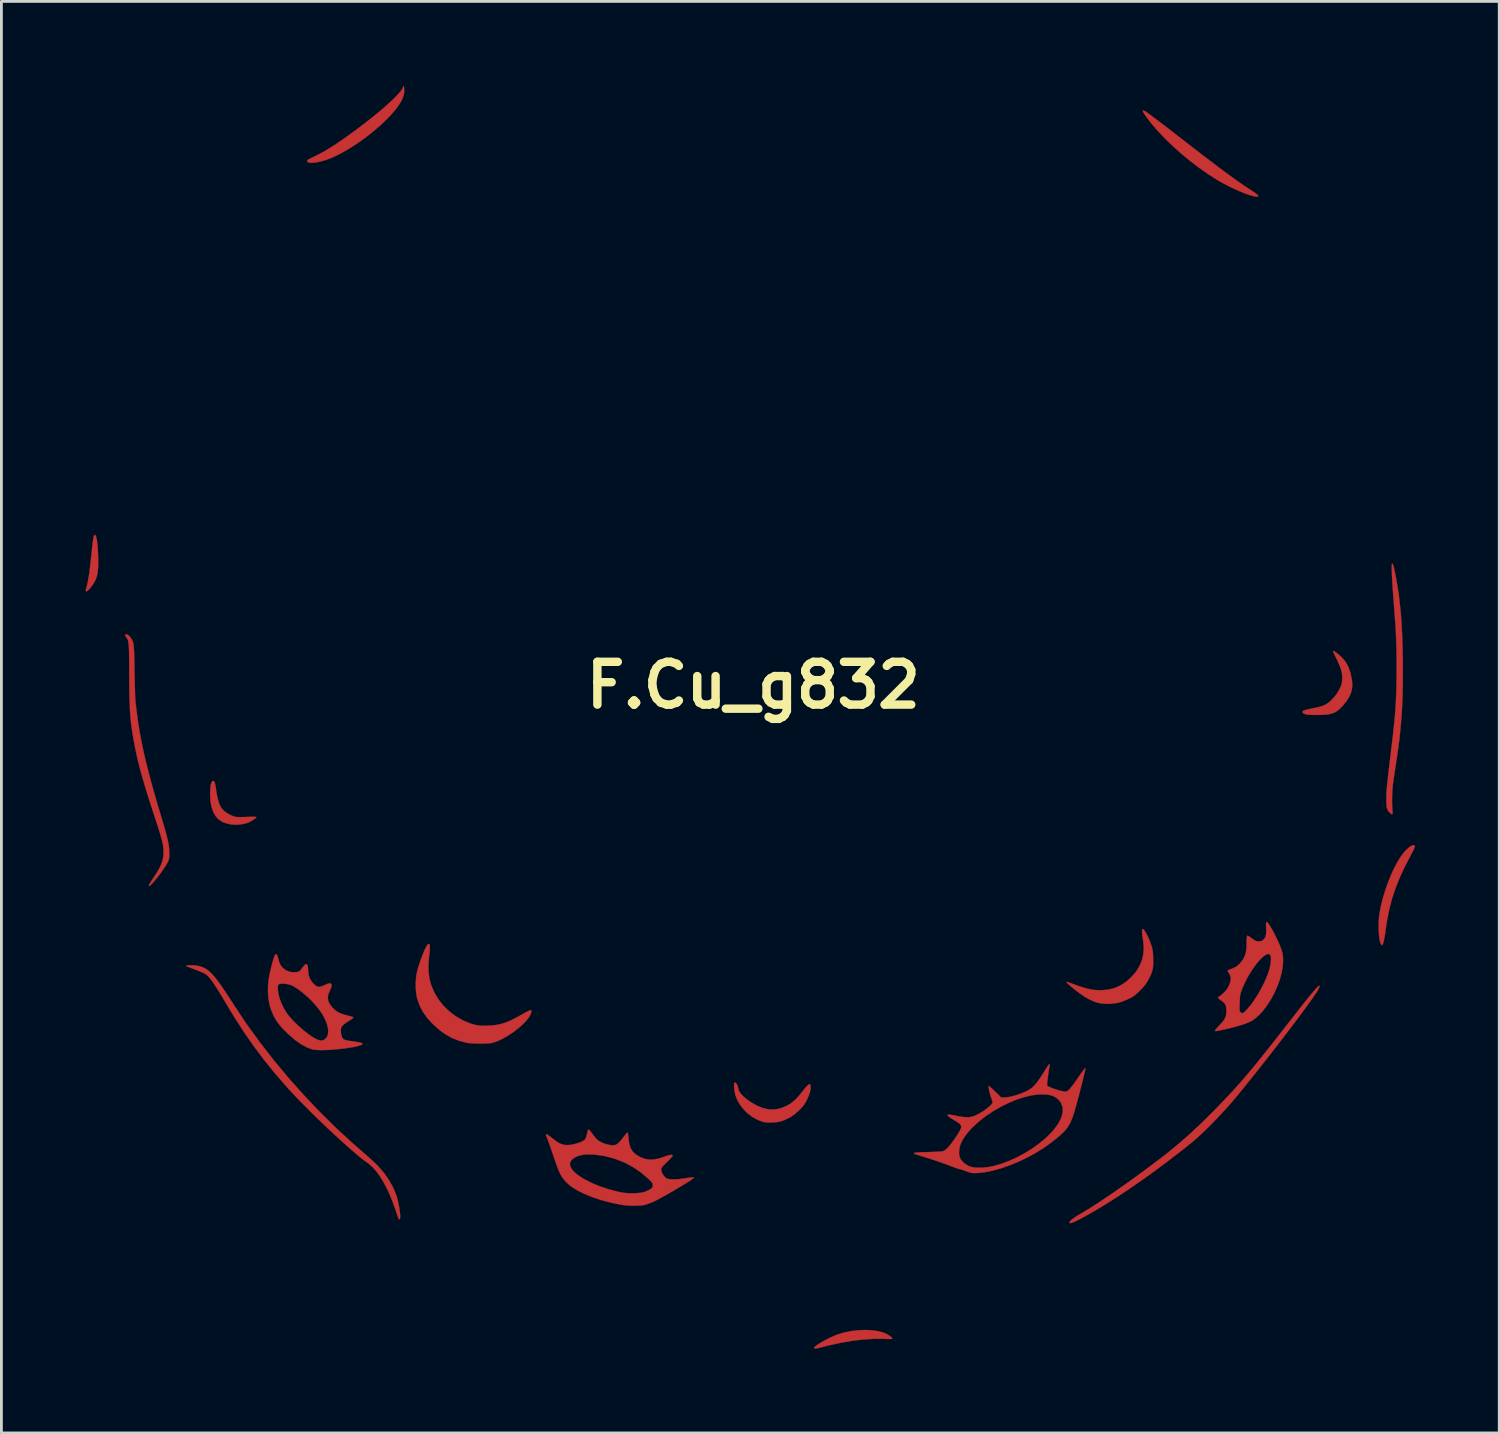
<source format=kicad_pcb>
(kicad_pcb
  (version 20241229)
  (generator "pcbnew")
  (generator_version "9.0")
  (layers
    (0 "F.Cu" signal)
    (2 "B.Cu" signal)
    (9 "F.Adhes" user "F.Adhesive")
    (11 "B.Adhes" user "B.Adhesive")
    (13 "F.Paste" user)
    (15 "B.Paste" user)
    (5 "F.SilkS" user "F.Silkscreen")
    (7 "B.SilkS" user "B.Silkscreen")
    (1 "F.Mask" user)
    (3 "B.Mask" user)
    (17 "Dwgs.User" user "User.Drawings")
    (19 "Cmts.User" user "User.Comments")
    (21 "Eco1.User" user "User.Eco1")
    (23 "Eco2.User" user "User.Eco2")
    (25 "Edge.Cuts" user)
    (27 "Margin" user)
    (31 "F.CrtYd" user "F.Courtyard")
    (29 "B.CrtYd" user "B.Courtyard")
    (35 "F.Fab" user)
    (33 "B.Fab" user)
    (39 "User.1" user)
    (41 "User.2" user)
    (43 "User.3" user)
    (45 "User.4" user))
  (footprint "F.Cu_g832"
    (layer "F.Cu")
    (at 23.775 21.352)
    (property "Reference" "F.Cu_g832" (at 0 0 0) (layer "F.SilkS") (effects (font (size 1.524 1.524) (thickness 0.3))))
    (attr through_hole)
    (fp_poly (pts (xy 4.216 22.969) (xy 4.433 22.999) (xy 4.625 23.049) (xy 4.71 23.082) (xy 4.786 23.121) (xy 4.858 23.168) (xy 4.915 23.214) (xy 4.948 23.253) (xy 4.953 23.267) (xy 4.935 23.277) (xy 4.882 23.281) (xy 4.79 23.281) (xy 4.657 23.276) (xy 4.651 23.276) (xy 4.308 23.274) (xy 3.937 23.296) (xy 3.543 23.342) (xy 3.132 23.411) (xy 2.71 23.503) (xy 2.485 23.56) (xy 2.356 23.593) (xy 2.263 23.613) (xy 2.202 23.62) (xy 2.17 23.616) (xy 2.163 23.599) (xy 2.164 23.596) (xy 2.191 23.56) (xy 2.251 23.511) (xy 2.337 23.453) (xy 2.443 23.389) (xy 2.562 23.322) (xy 2.688 23.257) (xy 2.815 23.197) (xy 2.936 23.145) (xy 3.01 23.117) (xy 3.241 23.049) (xy 3.485 22.999) (xy 3.734 22.97) (xy 3.98 22.959) (xy 4.216 22.969)) (stroke (width 0.01) (type solid)) (fill yes) (layer "F.Cu"))
    (fp_poly (pts (xy -23.422 -5.334) (xy -23.397 -5.272) (xy -23.375 -5.17) (xy -23.357 -5.03) (xy -23.343 -4.852) (xy -23.333 -4.637) (xy -23.332 -4.614) (xy -23.328 -4.406) (xy -23.33 -4.232) (xy -23.34 -4.088) (xy -23.357 -3.966) (xy -23.383 -3.859) (xy -23.419 -3.762) (xy -23.442 -3.712) (xy -23.486 -3.633) (xy -23.542 -3.551) (xy -23.602 -3.473) (xy -23.66 -3.407) (xy -23.71 -3.362) (xy -23.745 -3.344) (xy -23.745 -3.344) (xy -23.766 -3.362) (xy -23.77 -3.384) (xy -23.763 -3.429) (xy -23.746 -3.491) (xy -23.74 -3.51) (xy -23.716 -3.595) (xy -23.69 -3.72) (xy -23.663 -3.88) (xy -23.636 -4.073) (xy -23.608 -4.295) (xy -23.581 -4.543) (xy -23.569 -4.655) (xy -23.549 -4.854) (xy -23.531 -5.014) (xy -23.515 -5.139) (xy -23.5 -5.232) (xy -23.486 -5.297) (xy -23.472 -5.336) (xy -23.458 -5.353) (xy -23.451 -5.355) (xy -23.422 -5.334)) (stroke (width 0.01) (type solid)) (fill yes) (layer "F.Cu"))
    (fp_poly (pts (xy 23.54 5.698) (xy 23.558 5.732) (xy 23.558 5.741) (xy 23.549 5.777) (xy 23.521 5.841) (xy 23.481 5.925) (xy 23.431 6.02) (xy 23.419 6.043) (xy 23.204 6.453) (xy 23.022 6.846) (xy 22.869 7.231) (xy 22.743 7.613) (xy 22.643 8.002) (xy 22.564 8.403) (xy 22.521 8.69) (xy 22.494 8.88) (xy 22.468 9.033) (xy 22.442 9.149) (xy 22.417 9.225) (xy 22.394 9.261) (xy 22.394 9.261) (xy 22.373 9.252) (xy 22.348 9.214) (xy 22.34 9.197) (xy 22.312 9.103) (xy 22.291 8.977) (xy 22.276 8.826) (xy 22.269 8.66) (xy 22.27 8.488) (xy 22.278 8.32) (xy 22.295 8.163) (xy 22.3 8.128) (xy 22.351 7.862) (xy 22.419 7.588) (xy 22.502 7.312) (xy 22.596 7.041) (xy 22.7 6.779) (xy 22.812 6.535) (xy 22.928 6.313) (xy 23.046 6.119) (xy 23.163 5.96) (xy 23.193 5.925) (xy 23.283 5.834) (xy 23.366 5.763) (xy 23.44 5.716) (xy 23.499 5.693) (xy 23.54 5.698)) (stroke (width 0.01) (type solid)) (fill yes) (layer "F.Cu"))
    (fp_poly (pts (xy 13.933 -20.453) (xy 13.972 -20.43) (xy 14.043 -20.38) (xy 14.148 -20.304) (xy 14.285 -20.201) (xy 14.455 -20.072) (xy 14.659 -19.916) (xy 14.895 -19.734) (xy 15.164 -19.526) (xy 15.325 -19.401) (xy 15.667 -19.136) (xy 15.978 -18.896) (xy 16.262 -18.679) (xy 16.52 -18.484) (xy 16.754 -18.309) (xy 16.968 -18.151) (xy 17.163 -18.011) (xy 17.342 -17.885) (xy 17.507 -17.772) (xy 17.66 -17.67) (xy 17.764 -17.603) (xy 17.876 -17.528) (xy 17.95 -17.47) (xy 17.985 -17.43) (xy 17.981 -17.406) (xy 17.938 -17.399) (xy 17.857 -17.409) (xy 17.769 -17.428) (xy 17.638 -17.467) (xy 17.479 -17.525) (xy 17.301 -17.599) (xy 17.111 -17.685) (xy 16.917 -17.779) (xy 16.727 -17.878) (xy 16.549 -17.978) (xy 16.508 -18.003) (xy 16.187 -18.208) (xy 15.866 -18.434) (xy 15.548 -18.677) (xy 15.24 -18.932) (xy 14.945 -19.195) (xy 14.668 -19.462) (xy 14.415 -19.729) (xy 14.189 -19.991) (xy 13.995 -20.244) (xy 13.917 -20.357) (xy 13.88 -20.423) (xy 13.874 -20.459) (xy 13.898 -20.465) (xy 13.933 -20.453)) (stroke (width 0.01) (type solid)) (fill yes) (layer "F.Cu"))
    (fp_poly (pts (xy -12.435 -21.266) (xy -12.427 -21.141) (xy -12.45 -21.009) (xy -12.507 -20.86) (xy -12.514 -20.845) (xy -12.605 -20.685) (xy -12.73 -20.512) (xy -12.886 -20.33) (xy -13.068 -20.14) (xy -13.271 -19.948) (xy -13.492 -19.757) (xy -13.726 -19.569) (xy -13.969 -19.389) (xy -14.217 -19.22) (xy -14.465 -19.065) (xy -14.709 -18.929) (xy -14.945 -18.813) (xy -15.06 -18.764) (xy -15.21 -18.709) (xy -15.358 -18.665) (xy -15.499 -18.632) (xy -15.627 -18.611) (xy -15.736 -18.603) (xy -15.819 -18.61) (xy -15.869 -18.631) (xy -15.874 -18.636) (xy -15.889 -18.673) (xy -15.885 -18.692) (xy -15.86 -18.71) (xy -15.806 -18.741) (xy -15.73 -18.78) (xy -15.655 -18.816) (xy -15.478 -18.903) (xy -15.299 -19) (xy -15.114 -19.109) (xy -14.917 -19.233) (xy -14.705 -19.375) (xy -14.473 -19.538) (xy -14.215 -19.726) (xy -14.097 -19.813) (xy -13.848 -20.003) (xy -13.611 -20.188) (xy -13.39 -20.367) (xy -13.188 -20.538) (xy -13.005 -20.698) (xy -12.846 -20.846) (xy -12.713 -20.978) (xy -12.607 -21.093) (xy -12.532 -21.188) (xy -12.494 -21.251) (xy -12.45 -21.347) (xy -12.435 -21.266)) (stroke (width 0.01) (type solid)) (fill yes) (layer "F.Cu"))
    (fp_poly (pts (xy -19.206 3.416) (xy -19.187 3.443) (xy -19.169 3.495) (xy -19.152 3.577) (xy -19.134 3.693) (xy -19.124 3.768) (xy -19.084 3.998) (xy -19.03 4.188) (xy -18.961 4.338) (xy -18.934 4.381) (xy -18.855 4.468) (xy -18.746 4.552) (xy -18.619 4.623) (xy -18.531 4.659) (xy -18.481 4.676) (xy -18.434 4.687) (xy -18.383 4.694) (xy -18.318 4.697) (xy -18.231 4.696) (xy -18.114 4.693) (xy -18.05 4.69) (xy -17.903 4.686) (xy -17.796 4.685) (xy -17.728 4.688) (xy -17.698 4.695) (xy -17.695 4.699) (xy -17.713 4.723) (xy -17.759 4.76) (xy -17.823 4.803) (xy -17.896 4.846) (xy -17.968 4.884) (xy -18.03 4.909) (xy -18.043 4.913) (xy -18.218 4.95) (xy -18.397 4.966) (xy -18.56 4.962) (xy -18.574 4.96) (xy -18.724 4.93) (xy -18.872 4.88) (xy -18.924 4.856) (xy -19.051 4.77) (xy -19.155 4.649) (xy -19.238 4.496) (xy -19.298 4.312) (xy -19.333 4.1) (xy -19.343 3.862) (xy -19.342 3.81) (xy -19.333 3.653) (xy -19.316 3.535) (xy -19.29 3.456) (xy -19.256 3.415) (xy -19.229 3.408) (xy -19.206 3.416)) (stroke (width 0.01) (type solid)) (fill yes) (layer "F.Cu"))
    (fp_poly (pts (xy -0.636 14.153) (xy -0.617 14.168) (xy -0.578 14.226) (xy -0.542 14.325) (xy -0.519 14.422) (xy -0.49 14.483) (xy -0.432 14.56) (xy -0.348 14.645) (xy -0.246 14.733) (xy -0.131 14.818) (xy -0.095 14.842) (xy 0.125 14.969) (xy 0.335 15.056) (xy 0.537 15.103) (xy 0.732 15.111) (xy 0.923 15.08) (xy 0.984 15.061) (xy 1.176 14.984) (xy 1.343 14.886) (xy 1.495 14.761) (xy 1.641 14.603) (xy 1.689 14.542) (xy 1.793 14.411) (xy 1.878 14.31) (xy 1.944 14.242) (xy 1.989 14.207) (xy 2.003 14.203) (xy 2.026 14.221) (xy 2.041 14.261) (xy 2.045 14.353) (xy 2.022 14.471) (xy 1.976 14.61) (xy 1.912 14.753) (xy 1.86 14.854) (xy 1.808 14.936) (xy 1.748 15.013) (xy 1.669 15.098) (xy 1.632 15.135) (xy 1.467 15.281) (xy 1.296 15.395) (xy 1.105 15.486) (xy 1.021 15.518) (xy 0.913 15.546) (xy 0.781 15.564) (xy 0.639 15.572) (xy 0.501 15.57) (xy 0.383 15.556) (xy 0.342 15.547) (xy 0.148 15.473) (xy -0.043 15.365) (xy -0.218 15.23) (xy -0.274 15.177) (xy -0.436 14.991) (xy -0.558 14.796) (xy -0.639 14.594) (xy -0.679 14.386) (xy -0.683 14.322) (xy -0.684 14.226) (xy -0.677 14.169) (xy -0.662 14.146) (xy -0.636 14.153)) (stroke (width 0.01) (type solid)) (fill yes) (layer "F.Cu"))
    (fp_poly (pts (xy 20.671 -1.219) (xy 20.719 -1.191) (xy 20.785 -1.142) (xy 20.862 -1.079) (xy 20.944 -1.005) (xy 20.966 -0.984) (xy 21.091 -0.835) (xy 21.191 -0.653) (xy 21.266 -0.441) (xy 21.315 -0.204) (xy 21.328 -0.088) (xy 21.327 0.081) (xy 21.295 0.242) (xy 21.229 0.402) (xy 21.127 0.564) (xy 20.988 0.734) (xy 20.959 0.764) (xy 20.87 0.854) (xy 20.782 0.923) (xy 20.69 0.976) (xy 20.586 1.013) (xy 20.464 1.038) (xy 20.317 1.052) (xy 20.137 1.057) (xy 20.046 1.057) (xy 19.903 1.056) (xy 19.796 1.051) (xy 19.718 1.043) (xy 19.662 1.032) (xy 19.637 1.023) (xy 19.578 0.988) (xy 19.558 0.951) (xy 19.566 0.929) (xy 19.594 0.909) (xy 19.646 0.888) (xy 19.727 0.865) (xy 19.84 0.839) (xy 19.989 0.809) (xy 20.012 0.804) (xy 20.178 0.766) (xy 20.312 0.721) (xy 20.425 0.662) (xy 20.525 0.587) (xy 20.584 0.531) (xy 20.68 0.429) (xy 20.754 0.338) (xy 20.817 0.243) (xy 20.88 0.128) (xy 20.886 0.116) (xy 20.925 0.036) (xy 20.949 -0.031) (xy 20.963 -0.103) (xy 20.97 -0.195) (xy 20.972 -0.222) (xy 20.972 -0.332) (xy 20.961 -0.438) (xy 20.935 -0.548) (xy 20.894 -0.669) (xy 20.834 -0.809) (xy 20.753 -0.976) (xy 20.709 -1.066) (xy 20.674 -1.143) (xy 20.652 -1.197) (xy 20.646 -1.222) (xy 20.646 -1.222) (xy 20.671 -1.219)) (stroke (width 0.01) (type solid)) (fill yes) (layer "F.Cu"))
    (fp_poly (pts (xy 13.908 8.705) (xy 13.948 8.761) (xy 13.995 8.842) (xy 14.046 8.942) (xy 14.096 9.053) (xy 14.142 9.168) (xy 14.163 9.229) (xy 14.192 9.316) (xy 14.211 9.39) (xy 14.224 9.464) (xy 14.233 9.55) (xy 14.238 9.659) (xy 14.241 9.729) (xy 14.243 9.884) (xy 14.238 10.009) (xy 14.222 10.116) (xy 14.193 10.218) (xy 14.148 10.327) (xy 14.085 10.456) (xy 14.079 10.467) (xy 14.026 10.563) (xy 13.969 10.648) (xy 13.9 10.733) (xy 13.81 10.829) (xy 13.78 10.86) (xy 13.688 10.951) (xy 13.613 11.018) (xy 13.543 11.07) (xy 13.468 11.116) (xy 13.377 11.162) (xy 13.27 11.211) (xy 13.155 11.256) (xy 13.048 11.292) (xy 13.009 11.303) (xy 12.864 11.33) (xy 12.702 11.343) (xy 12.537 11.343) (xy 12.384 11.33) (xy 12.266 11.306) (xy 12.118 11.256) (xy 11.971 11.189) (xy 11.817 11.103) (xy 11.652 10.992) (xy 11.469 10.855) (xy 11.361 10.768) (xy 11.261 10.684) (xy 11.194 10.623) (xy 11.159 10.584) (xy 11.154 10.565) (xy 11.164 10.562) (xy 11.186 10.569) (xy 11.24 10.587) (xy 11.317 10.615) (xy 11.411 10.648) (xy 11.412 10.649) (xy 11.601 10.715) (xy 11.758 10.766) (xy 11.892 10.805) (xy 12.011 10.831) (xy 12.122 10.848) (xy 12.235 10.857) (xy 12.356 10.86) (xy 12.379 10.86) (xy 12.628 10.842) (xy 12.859 10.786) (xy 13.073 10.693) (xy 13.275 10.561) (xy 13.452 10.404) (xy 13.623 10.209) (xy 13.753 10.003) (xy 13.843 9.786) (xy 13.893 9.555) (xy 13.904 9.309) (xy 13.876 9.047) (xy 13.875 9.038) (xy 13.852 8.891) (xy 13.843 8.783) (xy 13.848 8.714) (xy 13.866 8.683) (xy 13.879 8.682) (xy 13.908 8.705)) (stroke (width 0.01) (type solid)) (fill yes) (layer "F.Cu"))
    (fp_poly (pts (xy -11.537 9.214) (xy -11.523 9.243) (xy -11.517 9.3) (xy -11.519 9.389) (xy -11.528 9.513) (xy -11.545 9.675) (xy -11.55 9.716) (xy -11.569 9.983) (xy -11.564 10.225) (xy -11.531 10.452) (xy -11.472 10.673) (xy -11.47 10.679) (xy -11.361 10.938) (xy -11.216 11.183) (xy -11.038 11.408) (xy -10.831 11.61) (xy -10.6 11.786) (xy -10.349 11.931) (xy -10.081 12.043) (xy -9.921 12.09) (xy -9.842 12.108) (xy -9.769 12.12) (xy -9.691 12.126) (xy -9.595 12.127) (xy -9.47 12.123) (xy -9.452 12.123) (xy -9.285 12.113) (xy -9.133 12.094) (xy -8.989 12.065) (xy -8.847 12.022) (xy -8.697 11.963) (xy -8.534 11.886) (xy -8.35 11.788) (xy -8.2 11.703) (xy -8.104 11.65) (xy -8.021 11.607) (xy -7.957 11.579) (xy -7.92 11.567) (xy -7.915 11.568) (xy -7.899 11.601) (xy -7.908 11.66) (xy -7.939 11.737) (xy -7.99 11.826) (xy -7.991 11.827) (xy -8.088 11.951) (xy -8.214 12.081) (xy -8.364 12.212) (xy -8.528 12.339) (xy -8.701 12.456) (xy -8.876 12.561) (xy -9.045 12.646) (xy -9.201 12.708) (xy -9.335 12.742) (xy -9.436 12.753) (xy -9.566 12.759) (xy -9.712 12.761) (xy -9.861 12.759) (xy -10.003 12.753) (xy -10.126 12.743) (xy -10.21 12.731) (xy -10.49 12.657) (xy -10.749 12.552) (xy -10.993 12.41) (xy -11.17 12.28) (xy -11.408 12.069) (xy -11.605 11.854) (xy -11.763 11.632) (xy -11.884 11.4) (xy -11.968 11.158) (xy -11.979 11.113) (xy -12.008 10.945) (xy -12.021 10.754) (xy -12.019 10.554) (xy -12.002 10.363) (xy -11.989 10.284) (xy -11.963 10.165) (xy -11.926 10.031) (xy -11.881 9.888) (xy -11.831 9.743) (xy -11.778 9.603) (xy -11.726 9.475) (xy -11.676 9.367) (xy -11.632 9.284) (xy -11.595 9.235) (xy -11.591 9.23) (xy -11.56 9.211) (xy -11.537 9.214)) (stroke (width 0.01) (type solid)) (fill yes) (layer "F.Cu"))
    (fp_poly (pts (xy 22.764 -4.325) (xy 22.778 -4.304) (xy 22.794 -4.258) (xy 22.814 -4.183) (xy 22.838 -4.074) (xy 22.867 -3.929) (xy 22.872 -3.905) (xy 22.931 -3.578) (xy 22.982 -3.248) (xy 23.024 -2.908) (xy 23.059 -2.554) (xy 23.086 -2.18) (xy 23.107 -1.78) (xy 23.121 -1.349) (xy 23.129 -0.953) (xy 23.132 -0.476) (xy 23.13 -0.034) (xy 23.121 0.381) (xy 23.105 0.777) (xy 23.081 1.16) (xy 23.048 1.538) (xy 23.008 1.919) (xy 22.958 2.311) (xy 22.898 2.719) (xy 22.881 2.826) (xy 22.857 2.984) (xy 22.833 3.14) (xy 22.812 3.285) (xy 22.793 3.411) (xy 22.78 3.51) (xy 22.774 3.552) (xy 22.763 3.677) (xy 22.754 3.824) (xy 22.749 3.98) (xy 22.747 4.135) (xy 22.75 4.278) (xy 22.756 4.398) (xy 22.762 4.461) (xy 22.77 4.543) (xy 22.762 4.587) (xy 22.736 4.592) (xy 22.691 4.561) (xy 22.652 4.523) (xy 22.611 4.475) (xy 22.582 4.422) (xy 22.562 4.358) (xy 22.55 4.274) (xy 22.544 4.162) (xy 22.543 4.032) (xy 22.543 3.968) (xy 22.545 3.901) (xy 22.549 3.828) (xy 22.554 3.745) (xy 22.562 3.65) (xy 22.573 3.538) (xy 22.587 3.405) (xy 22.604 3.25) (xy 22.625 3.068) (xy 22.65 2.856) (xy 22.679 2.61) (xy 22.713 2.327) (xy 22.731 2.18) (xy 22.773 1.827) (xy 22.808 1.508) (xy 22.837 1.215) (xy 22.861 0.939) (xy 22.879 0.674) (xy 22.892 0.412) (xy 22.902 0.144) (xy 22.907 -0.138) (xy 22.91 -0.441) (xy 22.91 -0.603) (xy 22.91 -0.841) (xy 22.908 -1.055) (xy 22.905 -1.254) (xy 22.901 -1.442) (xy 22.894 -1.628) (xy 22.886 -1.818) (xy 22.875 -2.018) (xy 22.861 -2.236) (xy 22.844 -2.477) (xy 22.823 -2.749) (xy 22.807 -2.964) (xy 22.784 -3.27) (xy 22.765 -3.538) (xy 22.751 -3.769) (xy 22.742 -3.96) (xy 22.737 -4.112) (xy 22.736 -4.225) (xy 22.741 -4.296) (xy 22.749 -4.326) (xy 22.75 -4.326) (xy 22.764 -4.325)) (stroke (width 0.01) (type solid)) (fill yes) (layer "F.Cu"))
    (fp_poly (pts (xy 20.165 10.703) (xy 20.162 10.736) (xy 20.143 10.789) (xy 20.133 10.809) (xy 20.092 10.881) (xy 20.026 10.983) (xy 19.937 11.112) (xy 19.828 11.266) (xy 19.7 11.443) (xy 19.556 11.64) (xy 19.397 11.854) (xy 19.225 12.082) (xy 19.043 12.322) (xy 18.853 12.571) (xy 18.656 12.827) (xy 18.454 13.086) (xy 18.25 13.348) (xy 18.046 13.607) (xy 17.843 13.863) (xy 17.643 14.112) (xy 17.449 14.352) (xy 17.263 14.58) (xy 17.138 14.732) (xy 16.996 14.898) (xy 16.836 15.078) (xy 16.663 15.265) (xy 16.484 15.454) (xy 16.303 15.64) (xy 16.126 15.816) (xy 15.958 15.978) (xy 15.804 16.119) (xy 15.671 16.235) (xy 15.642 16.259) (xy 15.202 16.61) (xy 14.756 16.953) (xy 14.31 17.286) (xy 13.867 17.604) (xy 13.431 17.906) (xy 13.006 18.19) (xy 12.596 18.452) (xy 12.204 18.689) (xy 11.835 18.9) (xy 11.629 19.011) (xy 11.497 19.078) (xy 11.398 19.123) (xy 11.328 19.148) (xy 11.284 19.153) (xy 11.263 19.14) (xy 11.261 19.125) (xy 11.28 19.087) (xy 11.336 19.034) (xy 11.427 18.966) (xy 11.551 18.885) (xy 11.705 18.794) (xy 11.865 18.699) (xy 12.054 18.581) (xy 12.268 18.443) (xy 12.501 18.287) (xy 12.751 18.118) (xy 13.012 17.937) (xy 13.281 17.748) (xy 13.552 17.554) (xy 13.822 17.358) (xy 14.087 17.162) (xy 14.341 16.971) (xy 14.582 16.787) (xy 14.732 16.67) (xy 15.135 16.34) (xy 15.545 15.98) (xy 15.965 15.588) (xy 16.396 15.161) (xy 16.841 14.699) (xy 17.115 14.404) (xy 17.256 14.248) (xy 17.403 14.081) (xy 17.558 13.901) (xy 17.723 13.704) (xy 17.901 13.489) (xy 18.093 13.252) (xy 18.302 12.99) (xy 18.529 12.702) (xy 18.778 12.384) (xy 18.969 12.139) (xy 19.181 11.867) (xy 19.368 11.628) (xy 19.532 11.419) (xy 19.675 11.24) (xy 19.796 11.089) (xy 19.898 10.965) (xy 19.982 10.867) (xy 20.049 10.792) (xy 20.099 10.74) (xy 20.135 10.709) (xy 20.156 10.698) (xy 20.165 10.703)) (stroke (width 0.01) (type solid)) (fill yes) (layer "F.Cu"))
    (fp_poly (pts (xy -19.961 9.973) (xy -19.87 9.98) (xy -19.787 9.992) (xy -19.737 10.002) (xy -19.65 10.028) (xy -19.569 10.06) (xy -19.491 10.102) (xy -19.413 10.156) (xy -19.334 10.224) (xy -19.25 10.31) (xy -19.16 10.415) (xy -19.061 10.544) (xy -18.951 10.697) (xy -18.827 10.878) (xy -18.687 11.09) (xy -18.529 11.334) (xy -18.479 11.413) (xy -18.05 12.056) (xy -17.584 12.7) (xy -17.086 13.341) (xy -16.559 13.974) (xy -16.008 14.593) (xy -15.438 15.193) (xy -14.854 15.77) (xy -14.259 16.317) (xy -13.998 16.544) (xy -13.872 16.654) (xy -13.745 16.766) (xy -13.625 16.873) (xy -13.519 16.971) (xy -13.434 17.051) (xy -13.391 17.093) (xy -13.175 17.337) (xy -12.987 17.599) (xy -12.833 17.873) (xy -12.716 18.152) (xy -12.702 18.193) (xy -12.669 18.311) (xy -12.637 18.449) (xy -12.609 18.596) (xy -12.588 18.736) (xy -12.575 18.858) (xy -12.573 18.919) (xy -12.579 18.981) (xy -12.594 19.017) (xy -12.614 19.021) (xy -12.625 19.009) (xy -12.636 18.983) (xy -12.657 18.923) (xy -12.688 18.837) (xy -12.724 18.731) (xy -12.765 18.611) (xy -12.877 18.304) (xy -13 18.019) (xy -13.13 17.759) (xy -13.267 17.528) (xy -13.408 17.329) (xy -13.551 17.164) (xy -13.695 17.038) (xy -13.734 17.01) (xy -13.842 16.933) (xy -13.977 16.828) (xy -14.133 16.698) (xy -14.309 16.547) (xy -14.5 16.378) (xy -14.704 16.195) (xy -14.917 15.999) (xy -15.135 15.794) (xy -15.356 15.584) (xy -15.576 15.372) (xy -15.791 15.161) (xy -15.998 14.953) (xy -16.194 14.752) (xy -16.376 14.562) (xy -16.54 14.385) (xy -16.619 14.298) (xy -17.039 13.812) (xy -17.427 13.332) (xy -17.789 12.849) (xy -18.134 12.354) (xy -18.468 11.836) (xy -18.689 11.472) (xy -18.829 11.237) (xy -18.951 11.035) (xy -19.055 10.865) (xy -19.146 10.722) (xy -19.224 10.605) (xy -19.291 10.509) (xy -19.351 10.433) (xy -19.404 10.373) (xy -19.453 10.326) (xy -19.501 10.289) (xy -19.548 10.26) (xy -19.564 10.252) (xy -19.61 10.231) (xy -19.682 10.201) (xy -19.772 10.165) (xy -19.87 10.126) (xy -19.967 10.089) (xy -20.057 10.055) (xy -20.129 10.029) (xy -20.175 10.014) (xy -20.186 10.012) (xy -20.193 9.995) (xy -20.193 9.991) (xy -20.174 9.979) (xy -20.122 9.972) (xy -20.048 9.97) (xy -19.961 9.973)) (stroke (width 0.01) (type solid)) (fill yes) (layer "F.Cu"))
    (fp_poly (pts (xy -22.304 -1.81) (xy -22.242 -1.774) (xy -22.18 -1.707) (xy -22.125 -1.619) (xy -22.087 -1.529) (xy -22.078 -1.495) (xy -22.07 -1.453) (xy -22.063 -1.401) (xy -22.058 -1.333) (xy -22.053 -1.247) (xy -22.048 -1.137) (xy -22.044 -1) (xy -22.04 -0.831) (xy -22.036 -0.627) (xy -22.034 -0.476) (xy -22.03 -0.278) (xy -22.026 -0.09) (xy -22.022 0.083) (xy -22.018 0.237) (xy -22.014 0.366) (xy -22.01 0.465) (xy -22.007 0.53) (xy -22.005 0.55) (xy -21.998 0.608) (xy -21.987 0.695) (xy -21.974 0.803) (xy -21.961 0.917) (xy -21.959 0.931) (xy -21.916 1.263) (xy -21.862 1.605) (xy -21.797 1.959) (xy -21.72 2.33) (xy -21.629 2.721) (xy -21.525 3.136) (xy -21.406 3.579) (xy -21.272 4.052) (xy -21.121 4.561) (xy -21.111 4.593) (xy -21.037 4.839) (xy -20.975 5.049) (xy -20.925 5.228) (xy -20.884 5.38) (xy -20.853 5.51) (xy -20.83 5.622) (xy -20.814 5.721) (xy -20.804 5.811) (xy -20.799 5.897) (xy -20.798 5.948) (xy -20.798 6.055) (xy -20.801 6.131) (xy -20.808 6.187) (xy -20.822 6.234) (xy -20.845 6.284) (xy -20.86 6.313) (xy -20.92 6.418) (xy -21.002 6.543) (xy -21.098 6.68) (xy -21.201 6.817) (xy -21.304 6.944) (xy -21.335 6.981) (xy -21.414 7.069) (xy -21.471 7.125) (xy -21.507 7.15) (xy -21.524 7.145) (xy -21.526 7.131) (xy -21.515 7.105) (xy -21.484 7.05) (xy -21.437 6.975) (xy -21.379 6.885) (xy -21.348 6.838) (xy -21.232 6.659) (xy -21.143 6.504) (xy -21.077 6.364) (xy -21.034 6.234) (xy -21.009 6.106) (xy -21.001 5.973) (xy -21.004 5.863) (xy -21.009 5.795) (xy -21.016 5.729) (xy -21.026 5.662) (xy -21.041 5.588) (xy -21.061 5.503) (xy -21.089 5.403) (xy -21.124 5.283) (xy -21.169 5.139) (xy -21.224 4.967) (xy -21.291 4.761) (xy -21.336 4.625) (xy -21.455 4.26) (xy -21.56 3.929) (xy -21.653 3.628) (xy -21.735 3.352) (xy -21.807 3.096) (xy -21.871 2.855) (xy -21.928 2.623) (xy -21.978 2.397) (xy -22.025 2.17) (xy -22.067 1.939) (xy -22.108 1.698) (xy -22.13 1.556) (xy -22.151 1.408) (xy -22.169 1.25) (xy -22.184 1.079) (xy -22.196 0.89) (xy -22.206 0.68) (xy -22.214 0.444) (xy -22.219 0.179) (xy -22.222 -0.12) (xy -22.224 -0.456) (xy -22.224 -0.55) (xy -22.225 -0.791) (xy -22.226 -0.994) (xy -22.229 -1.162) (xy -22.233 -1.299) (xy -22.239 -1.408) (xy -22.248 -1.495) (xy -22.259 -1.561) (xy -22.272 -1.612) (xy -22.289 -1.65) (xy -22.309 -1.681) (xy -22.322 -1.696) (xy -22.359 -1.747) (xy -22.366 -1.788) (xy -22.346 -1.812) (xy -22.304 -1.81)) (stroke (width 0.01) (type solid)) (fill yes) (layer "F.Cu"))
    (fp_poly (pts (xy 18.305 8.443) (xy 18.344 8.489) (xy 18.394 8.562) (xy 18.451 8.658) (xy 18.514 8.769) (xy 18.578 8.891) (xy 18.641 9.019) (xy 18.7 9.145) (xy 18.751 9.265) (xy 18.792 9.374) (xy 18.799 9.394) (xy 18.832 9.499) (xy 18.852 9.584) (xy 18.863 9.667) (xy 18.866 9.767) (xy 18.867 9.821) (xy 18.851 10.037) (xy 18.809 10.267) (xy 18.742 10.503) (xy 18.654 10.741) (xy 18.547 10.976) (xy 18.425 11.2) (xy 18.29 11.41) (xy 18.146 11.598) (xy 17.996 11.76) (xy 17.843 11.89) (xy 17.724 11.965) (xy 17.599 12.021) (xy 17.439 12.08) (xy 17.247 12.139) (xy 17.03 12.198) (xy 16.793 12.253) (xy 16.792 12.253) (xy 16.668 12.28) (xy 16.579 12.299) (xy 16.519 12.311) (xy 16.481 12.316) (xy 16.459 12.316) (xy 16.447 12.311) (xy 16.44 12.305) (xy 16.448 12.285) (xy 16.481 12.242) (xy 16.533 12.182) (xy 16.596 12.114) (xy 16.694 12.007) (xy 16.764 11.917) (xy 16.809 11.836) (xy 16.835 11.753) (xy 16.847 11.659) (xy 16.848 11.599) (xy 16.843 11.517) (xy 17.314 11.517) (xy 17.316 11.572) (xy 17.322 11.606) (xy 17.333 11.628) (xy 17.35 11.643) (xy 17.359 11.649) (xy 17.401 11.675) (xy 17.428 11.684) (xy 17.45 11.67) (xy 17.493 11.631) (xy 17.551 11.576) (xy 17.583 11.543) (xy 17.703 11.404) (xy 17.828 11.233) (xy 17.953 11.039) (xy 18.074 10.829) (xy 18.184 10.613) (xy 18.28 10.399) (xy 18.354 10.202) (xy 18.39 10.077) (xy 18.416 9.95) (xy 18.432 9.829) (xy 18.436 9.723) (xy 18.428 9.644) (xy 18.417 9.613) (xy 18.377 9.574) (xy 18.321 9.569) (xy 18.251 9.597) (xy 18.17 9.653) (xy 18.08 9.734) (xy 17.984 9.839) (xy 17.885 9.963) (xy 17.785 10.103) (xy 17.687 10.256) (xy 17.592 10.42) (xy 17.505 10.592) (xy 17.427 10.767) (xy 17.407 10.816) (xy 17.376 10.899) (xy 17.354 10.967) (xy 17.339 11.031) (xy 17.33 11.102) (xy 17.324 11.192) (xy 17.319 11.312) (xy 17.319 11.316) (xy 17.315 11.434) (xy 17.314 11.517) (xy 16.843 11.517) (xy 16.841 11.473) (xy 16.815 11.378) (xy 16.767 11.305) (xy 16.692 11.247) (xy 16.682 11.24) (xy 16.614 11.194) (xy 16.569 11.151) (xy 16.553 11.117) (xy 16.567 11.098) (xy 16.619 11.068) (xy 16.687 11.014) (xy 16.76 10.946) (xy 16.827 10.873) (xy 16.879 10.807) (xy 16.938 10.699) (xy 16.981 10.587) (xy 17.003 10.48) (xy 17.002 10.392) (xy 16.998 10.377) (xy 16.971 10.309) (xy 16.935 10.247) (xy 16.905 10.2) (xy 16.891 10.167) (xy 16.891 10.164) (xy 16.91 10.148) (xy 16.959 10.126) (xy 17.029 10.101) (xy 17.038 10.098) (xy 17.186 10.032) (xy 17.316 9.927) (xy 17.427 9.784) (xy 17.456 9.737) (xy 17.504 9.638) (xy 17.537 9.533) (xy 17.557 9.412) (xy 17.567 9.265) (xy 17.568 9.165) (xy 17.57 9.061) (xy 17.576 8.981) (xy 17.584 8.932) (xy 17.59 8.921) (xy 17.617 8.926) (xy 17.666 8.952) (xy 17.723 8.991) (xy 17.807 9.052) (xy 17.87 9.092) (xy 17.922 9.113) (xy 17.973 9.122) (xy 18.009 9.123) (xy 18.106 9.104) (xy 18.183 9.051) (xy 18.236 8.966) (xy 18.263 8.853) (xy 18.266 8.766) (xy 18.263 8.675) (xy 18.261 8.585) (xy 18.259 8.532) (xy 18.262 8.472) (xy 18.274 8.436) (xy 18.28 8.431) (xy 18.305 8.443)) (stroke (width 0.01) (type solid)) (fill yes) (layer "F.Cu"))
    (fp_poly (pts (xy -16.97 9.593) (xy -16.944 9.647) (xy -16.916 9.735) (xy -16.89 9.836) (xy -16.84 9.96) (xy -16.756 10.066) (xy -16.646 10.148) (xy -16.518 10.203) (xy -16.378 10.223) (xy -16.371 10.223) (xy -16.265 10.218) (xy -16.188 10.197) (xy -16.128 10.155) (xy -16.073 10.086) (xy -16.063 10.071) (xy -15.999 9.984) (xy -15.947 9.938) (xy -15.906 9.933) (xy -15.876 9.968) (xy -15.859 10.044) (xy -15.854 10.148) (xy -15.841 10.301) (xy -15.8 10.432) (xy -15.725 10.553) (xy -15.654 10.634) (xy -15.584 10.698) (xy -15.521 10.734) (xy -15.455 10.743) (xy -15.375 10.725) (xy -15.272 10.682) (xy -15.259 10.676) (xy -15.17 10.637) (xy -15.11 10.616) (xy -15.071 10.612) (xy -15.053 10.618) (xy -15.021 10.653) (xy -15.015 10.703) (xy -15.034 10.776) (xy -15.08 10.874) (xy -15.135 11.008) (xy -15.153 11.131) (xy -15.134 11.248) (xy -15.076 11.366) (xy -14.978 11.489) (xy -14.972 11.495) (xy -14.884 11.577) (xy -14.788 11.642) (xy -14.672 11.695) (xy -14.528 11.741) (xy -14.464 11.757) (xy -14.377 11.78) (xy -14.307 11.799) (xy -14.262 11.813) (xy -14.252 11.818) (xy -14.248 11.838) (xy -14.271 11.865) (xy -14.324 11.904) (xy -14.413 11.958) (xy -14.413 11.958) (xy -14.493 12.01) (xy -14.568 12.066) (xy -14.621 12.116) (xy -14.623 12.118) (xy -14.663 12.169) (xy -14.682 12.217) (xy -14.689 12.281) (xy -14.689 12.314) (xy -14.679 12.421) (xy -14.652 12.516) (xy -14.648 12.524) (xy -14.626 12.567) (xy -14.598 12.599) (xy -14.559 12.622) (xy -14.499 12.641) (xy -14.413 12.658) (xy -14.293 12.676) (xy -14.277 12.678) (xy -14.122 12.702) (xy -14.01 12.724) (xy -13.94 12.745) (xy -13.912 12.765) (xy -13.912 12.771) (xy -13.941 12.799) (xy -14.007 12.827) (xy -14.105 12.855) (xy -14.228 12.882) (xy -14.372 12.907) (xy -14.532 12.93) (xy -14.701 12.951) (xy -14.874 12.968) (xy -15.047 12.981) (xy -15.213 12.989) (xy -15.367 12.993) (xy -15.504 12.99) (xy -15.618 12.982) (xy -15.704 12.967) (xy -15.706 12.966) (xy -15.905 12.892) (xy -16.113 12.777) (xy -16.33 12.622) (xy -16.555 12.427) (xy -16.582 12.401) (xy -16.736 12.248) (xy -16.86 12.109) (xy -16.96 11.977) (xy -17.042 11.845) (xy -17.073 11.785) (xy -17.16 11.59) (xy -17.221 11.399) (xy -17.259 11.196) (xy -17.273 11.073) (xy -17.283 10.87) (xy -17.281 10.801) (xy -16.933 10.801) (xy -16.918 10.96) (xy -16.874 11.137) (xy -16.806 11.322) (xy -16.718 11.505) (xy -16.612 11.676) (xy -16.576 11.726) (xy -16.468 11.858) (xy -16.337 11.996) (xy -16.192 12.136) (xy -16.04 12.27) (xy -15.887 12.392) (xy -15.743 12.496) (xy -15.614 12.575) (xy -15.573 12.595) (xy -15.474 12.637) (xy -15.397 12.654) (xy -15.333 12.647) (xy -15.27 12.616) (xy -15.259 12.609) (xy -15.189 12.538) (xy -15.148 12.44) (xy -15.135 12.321) (xy -15.15 12.183) (xy -15.192 12.031) (xy -15.261 11.869) (xy -15.354 11.701) (xy -15.45 11.561) (xy -15.578 11.403) (xy -15.724 11.243) (xy -15.882 11.09) (xy -16.045 10.949) (xy -16.204 10.828) (xy -16.351 10.733) (xy -16.416 10.698) (xy -16.505 10.665) (xy -16.608 10.64) (xy -16.713 10.627) (xy -16.807 10.627) (xy -16.877 10.64) (xy -16.888 10.645) (xy -16.913 10.665) (xy -16.927 10.696) (xy -16.933 10.751) (xy -16.933 10.801) (xy -17.281 10.801) (xy -17.278 10.672) (xy -17.255 10.467) (xy -17.214 10.244) (xy -17.168 10.047) (xy -17.123 9.874) (xy -17.084 9.741) (xy -17.051 9.647) (xy -17.022 9.592) (xy -16.995 9.575) (xy -16.97 9.593)) (stroke (width 0.01) (type solid)) (fill yes) (layer "F.Cu"))
    (fp_poly (pts (xy -5.849 15.83) (xy -5.81 15.871) (xy -5.761 15.933) (xy -5.727 15.98) (xy -5.665 16.063) (xy -5.6 16.139) (xy -5.542 16.197) (xy -5.521 16.213) (xy -5.39 16.289) (xy -5.237 16.345) (xy -5.081 16.376) (xy -5.068 16.377) (xy -4.993 16.381) (xy -4.931 16.375) (xy -4.875 16.355) (xy -4.819 16.317) (xy -4.757 16.257) (xy -4.683 16.17) (xy -4.592 16.053) (xy -4.586 16.046) (xy -4.537 15.986) (xy -4.498 15.943) (xy -4.474 15.925) (xy -4.472 15.926) (xy -4.465 15.951) (xy -4.457 16.009) (xy -4.448 16.089) (xy -4.443 16.153) (xy -4.417 16.333) (xy -4.369 16.482) (xy -4.294 16.604) (xy -4.188 16.705) (xy -4.048 16.791) (xy -4.008 16.811) (xy -3.85 16.869) (xy -3.689 16.894) (xy -3.519 16.887) (xy -3.334 16.846) (xy -3.192 16.799) (xy -3.066 16.755) (xy -2.974 16.73) (xy -2.912 16.723) (xy -2.875 16.735) (xy -2.868 16.743) (xy -2.877 16.765) (xy -2.913 16.81) (xy -2.969 16.872) (xy -3.04 16.945) (xy -3.068 16.972) (xy -3.153 17.056) (xy -3.213 17.118) (xy -3.25 17.163) (xy -3.271 17.199) (xy -3.28 17.23) (xy -3.281 17.253) (xy -3.265 17.331) (xy -3.222 17.418) (xy -3.163 17.497) (xy -3.097 17.556) (xy -3.086 17.562) (xy -3.017 17.584) (xy -2.914 17.596) (xy -2.786 17.597) (xy -2.641 17.587) (xy -2.486 17.567) (xy -2.445 17.56) (xy -2.35 17.545) (xy -2.262 17.533) (xy -2.196 17.527) (xy -2.18 17.527) (xy -2.106 17.528) (xy -2.184 17.596) (xy -2.223 17.624) (xy -2.294 17.671) (xy -2.39 17.731) (xy -2.507 17.802) (xy -2.638 17.88) (xy -2.778 17.963) (xy -2.921 18.047) (xy -3.063 18.128) (xy -3.196 18.203) (xy -3.316 18.27) (xy -3.374 18.3) (xy -3.48 18.354) (xy -3.599 18.408) (xy -3.709 18.454) (xy -3.729 18.461) (xy -3.809 18.489) (xy -3.877 18.508) (xy -3.948 18.521) (xy -4.032 18.528) (xy -4.142 18.532) (xy -4.18 18.534) (xy -4.348 18.534) (xy -4.505 18.526) (xy -4.636 18.511) (xy -4.638 18.511) (xy -5.027 18.435) (xy -5.398 18.339) (xy -5.744 18.224) (xy -6.058 18.092) (xy -6.066 18.088) (xy -6.256 17.992) (xy -6.412 17.899) (xy -6.541 17.804) (xy -6.652 17.703) (xy -6.653 17.701) (xy -6.717 17.634) (xy -6.771 17.569) (xy -6.819 17.501) (xy -6.863 17.424) (xy -6.907 17.333) (xy -6.953 17.222) (xy -7.004 17.086) (xy -7.022 17.036) (xy -6.53 17.036) (xy -6.518 17.13) (xy -6.465 17.23) (xy -6.374 17.335) (xy -6.244 17.444) (xy -6.076 17.556) (xy -6.02 17.589) (xy -5.76 17.722) (xy -5.47 17.842) (xy -5.158 17.947) (xy -4.837 18.032) (xy -4.673 18.066) (xy -4.552 18.082) (xy -4.412 18.091) (xy -4.266 18.091) (xy -4.123 18.085) (xy -3.994 18.071) (xy -3.892 18.05) (xy -3.855 18.038) (xy -3.773 18.002) (xy -3.693 17.96) (xy -3.659 17.939) (xy -3.607 17.9) (xy -3.583 17.862) (xy -3.577 17.81) (xy -3.577 17.808) (xy -3.58 17.77) (xy -3.593 17.735) (xy -3.622 17.694) (xy -3.671 17.641) (xy -3.743 17.57) (xy -4.006 17.344) (xy -4.295 17.149) (xy -4.606 16.986) (xy -4.936 16.859) (xy -5.278 16.768) (xy -5.63 16.717) (xy -5.718 16.71) (xy -5.924 16.707) (xy -6.098 16.725) (xy -6.249 16.766) (xy -6.327 16.801) (xy -6.435 16.87) (xy -6.503 16.949) (xy -6.53 17.036) (xy -7.022 17.036) (xy -7.063 16.92) (xy -7.111 16.777) (xy -7.161 16.631) (xy -7.209 16.49) (xy -7.255 16.362) (xy -7.293 16.253) (xy -7.323 16.173) (xy -7.334 16.144) (xy -7.361 16.073) (xy -7.378 16.018) (xy -7.381 15.989) (xy -7.38 15.988) (xy -7.364 15.988) (xy -7.329 16.007) (xy -7.271 16.045) (xy -7.189 16.107) (xy -7.077 16.194) (xy -7.074 16.197) (xy -6.949 16.285) (xy -6.832 16.343) (xy -6.712 16.372) (xy -6.58 16.375) (xy -6.427 16.353) (xy -6.32 16.328) (xy -6.183 16.285) (xy -6.075 16.236) (xy -6.001 16.183) (xy -5.979 16.157) (xy -5.957 16.109) (xy -5.935 16.035) (xy -5.919 15.965) (xy -5.902 15.893) (xy -5.885 15.84) (xy -5.87 15.817) (xy -5.849 15.83)) (stroke (width 0.01) (type solid)) (fill yes) (layer "F.Cu"))
    (fp_poly (pts (xy 10.557 13.501) (xy 10.554 13.541) (xy 10.538 13.633) (xy 10.521 13.741) (xy 10.504 13.856) (xy 10.488 13.969) (xy 10.475 14.074) (xy 10.466 14.162) (xy 10.461 14.223) (xy 10.462 14.25) (xy 10.49 14.276) (xy 10.55 14.308) (xy 10.634 14.343) (xy 10.733 14.379) (xy 10.839 14.413) (xy 10.942 14.441) (xy 11.034 14.462) (xy 11.106 14.471) (xy 11.144 14.469) (xy 11.185 14.451) (xy 11.234 14.411) (xy 11.293 14.348) (xy 11.366 14.258) (xy 11.454 14.138) (xy 11.56 13.986) (xy 11.585 13.949) (xy 11.665 13.833) (xy 11.731 13.741) (xy 11.783 13.675) (xy 11.816 13.64) (xy 11.828 13.636) (xy 11.825 13.665) (xy 11.812 13.73) (xy 11.79 13.825) (xy 11.762 13.944) (xy 11.728 14.083) (xy 11.69 14.237) (xy 11.648 14.399) (xy 11.606 14.564) (xy 11.562 14.727) (xy 11.52 14.883) (xy 11.481 15.026) (xy 11.424 15.221) (xy 11.37 15.386) (xy 11.313 15.527) (xy 11.251 15.65) (xy 11.178 15.763) (xy 11.09 15.869) (xy 10.982 15.977) (xy 10.851 16.091) (xy 10.692 16.219) (xy 10.566 16.316) (xy 10.315 16.493) (xy 10.042 16.662) (xy 9.754 16.818) (xy 9.456 16.961) (xy 9.155 17.086) (xy 8.857 17.191) (xy 8.569 17.275) (xy 8.296 17.334) (xy 8.046 17.365) (xy 8.001 17.368) (xy 7.899 17.372) (xy 7.824 17.371) (xy 7.762 17.364) (xy 7.698 17.346) (xy 7.616 17.318) (xy 7.58 17.304) (xy 7.492 17.272) (xy 7.416 17.247) (xy 7.362 17.232) (xy 7.344 17.23) (xy 7.313 17.222) (xy 7.249 17.202) (xy 7.161 17.17) (xy 7.055 17.131) (xy 6.961 17.094) (xy 6.825 17.043) (xy 6.663 16.986) (xy 6.489 16.926) (xy 6.317 16.87) (xy 6.181 16.828) (xy 6.052 16.788) (xy 5.936 16.752) (xy 5.84 16.721) (xy 5.771 16.697) (xy 5.754 16.691) (xy 7.328 16.691) (xy 7.347 16.796) (xy 7.389 16.885) (xy 7.463 16.974) (xy 7.559 17.055) (xy 7.667 17.119) (xy 7.729 17.144) (xy 7.856 17.171) (xy 8.012 17.182) (xy 8.188 17.177) (xy 8.373 17.157) (xy 8.558 17.121) (xy 8.593 17.112) (xy 8.867 17.03) (xy 9.142 16.925) (xy 9.411 16.801) (xy 9.673 16.66) (xy 9.923 16.505) (xy 10.156 16.339) (xy 10.37 16.165) (xy 10.56 15.986) (xy 10.722 15.805) (xy 10.853 15.624) (xy 10.949 15.446) (xy 10.989 15.339) (xy 11.021 15.175) (xy 11.014 15.024) (xy 10.968 14.889) (xy 10.883 14.77) (xy 10.836 14.725) (xy 10.742 14.659) (xy 10.635 14.613) (xy 10.506 14.583) (xy 10.357 14.569) (xy 10.132 14.572) (xy 9.887 14.608) (xy 9.626 14.672) (xy 9.356 14.762) (xy 9.082 14.877) (xy 8.808 15.013) (xy 8.541 15.168) (xy 8.284 15.339) (xy 8.045 15.525) (xy 7.827 15.722) (xy 7.762 15.789) (xy 7.592 15.984) (xy 7.464 16.172) (xy 7.377 16.352) (xy 7.332 16.525) (xy 7.328 16.691) (xy 5.754 16.691) (xy 5.733 16.683) (xy 5.729 16.68) (xy 5.721 16.667) (xy 5.729 16.657) (xy 5.756 16.649) (xy 5.808 16.642) (xy 5.889 16.636) (xy 6.002 16.631) (xy 6.151 16.626) (xy 6.215 16.625) (xy 6.356 16.62) (xy 6.487 16.614) (xy 6.6 16.608) (xy 6.689 16.601) (xy 6.745 16.594) (xy 6.756 16.592) (xy 6.82 16.562) (xy 6.895 16.501) (xy 6.982 16.407) (xy 7.083 16.277) (xy 7.2 16.111) (xy 7.218 16.084) (xy 7.303 15.954) (xy 7.363 15.853) (xy 7.397 15.774) (xy 7.405 15.71) (xy 7.386 15.656) (xy 7.34 15.607) (xy 7.266 15.554) (xy 7.166 15.494) (xy 7.053 15.427) (xy 6.977 15.375) (xy 6.934 15.335) (xy 6.92 15.306) (xy 6.928 15.29) (xy 6.953 15.289) (xy 7.012 15.295) (xy 7.095 15.308) (xy 7.196 15.326) (xy 7.223 15.332) (xy 7.386 15.362) (xy 7.517 15.38) (xy 7.624 15.385) (xy 7.715 15.379) (xy 7.801 15.361) (xy 7.848 15.346) (xy 7.961 15.297) (xy 8.086 15.23) (xy 8.212 15.151) (xy 8.329 15.066) (xy 8.425 14.984) (xy 8.481 14.924) (xy 8.528 14.866) (xy 8.464 14.667) (xy 8.434 14.567) (xy 8.409 14.469) (xy 8.391 14.388) (xy 8.388 14.362) (xy 8.381 14.3) (xy 8.383 14.273) (xy 8.396 14.273) (xy 8.416 14.286) (xy 8.446 14.312) (xy 8.499 14.361) (xy 8.568 14.426) (xy 8.642 14.498) (xy 8.827 14.679) (xy 8.97 14.678) (xy 9.086 14.667) (xy 9.227 14.637) (xy 9.385 14.592) (xy 9.549 14.534) (xy 9.708 14.466) (xy 9.728 14.456) (xy 9.824 14.404) (xy 9.911 14.344) (xy 9.994 14.269) (xy 10.078 14.174) (xy 10.167 14.055) (xy 10.267 13.906) (xy 10.334 13.801) (xy 10.398 13.698) (xy 10.456 13.609) (xy 10.503 13.54) (xy 10.535 13.496) (xy 10.548 13.483) (xy 10.557 13.501)) (stroke (width 0.01) (type solid)) (fill yes) (layer "F.Cu")))
  (gr_rect
    (start -3 -3)
    (end 50.339 47.977)
    (stroke (width 0.1) (type default))
    (fill no)
    (layer "Edge.Cuts")))
</source>
